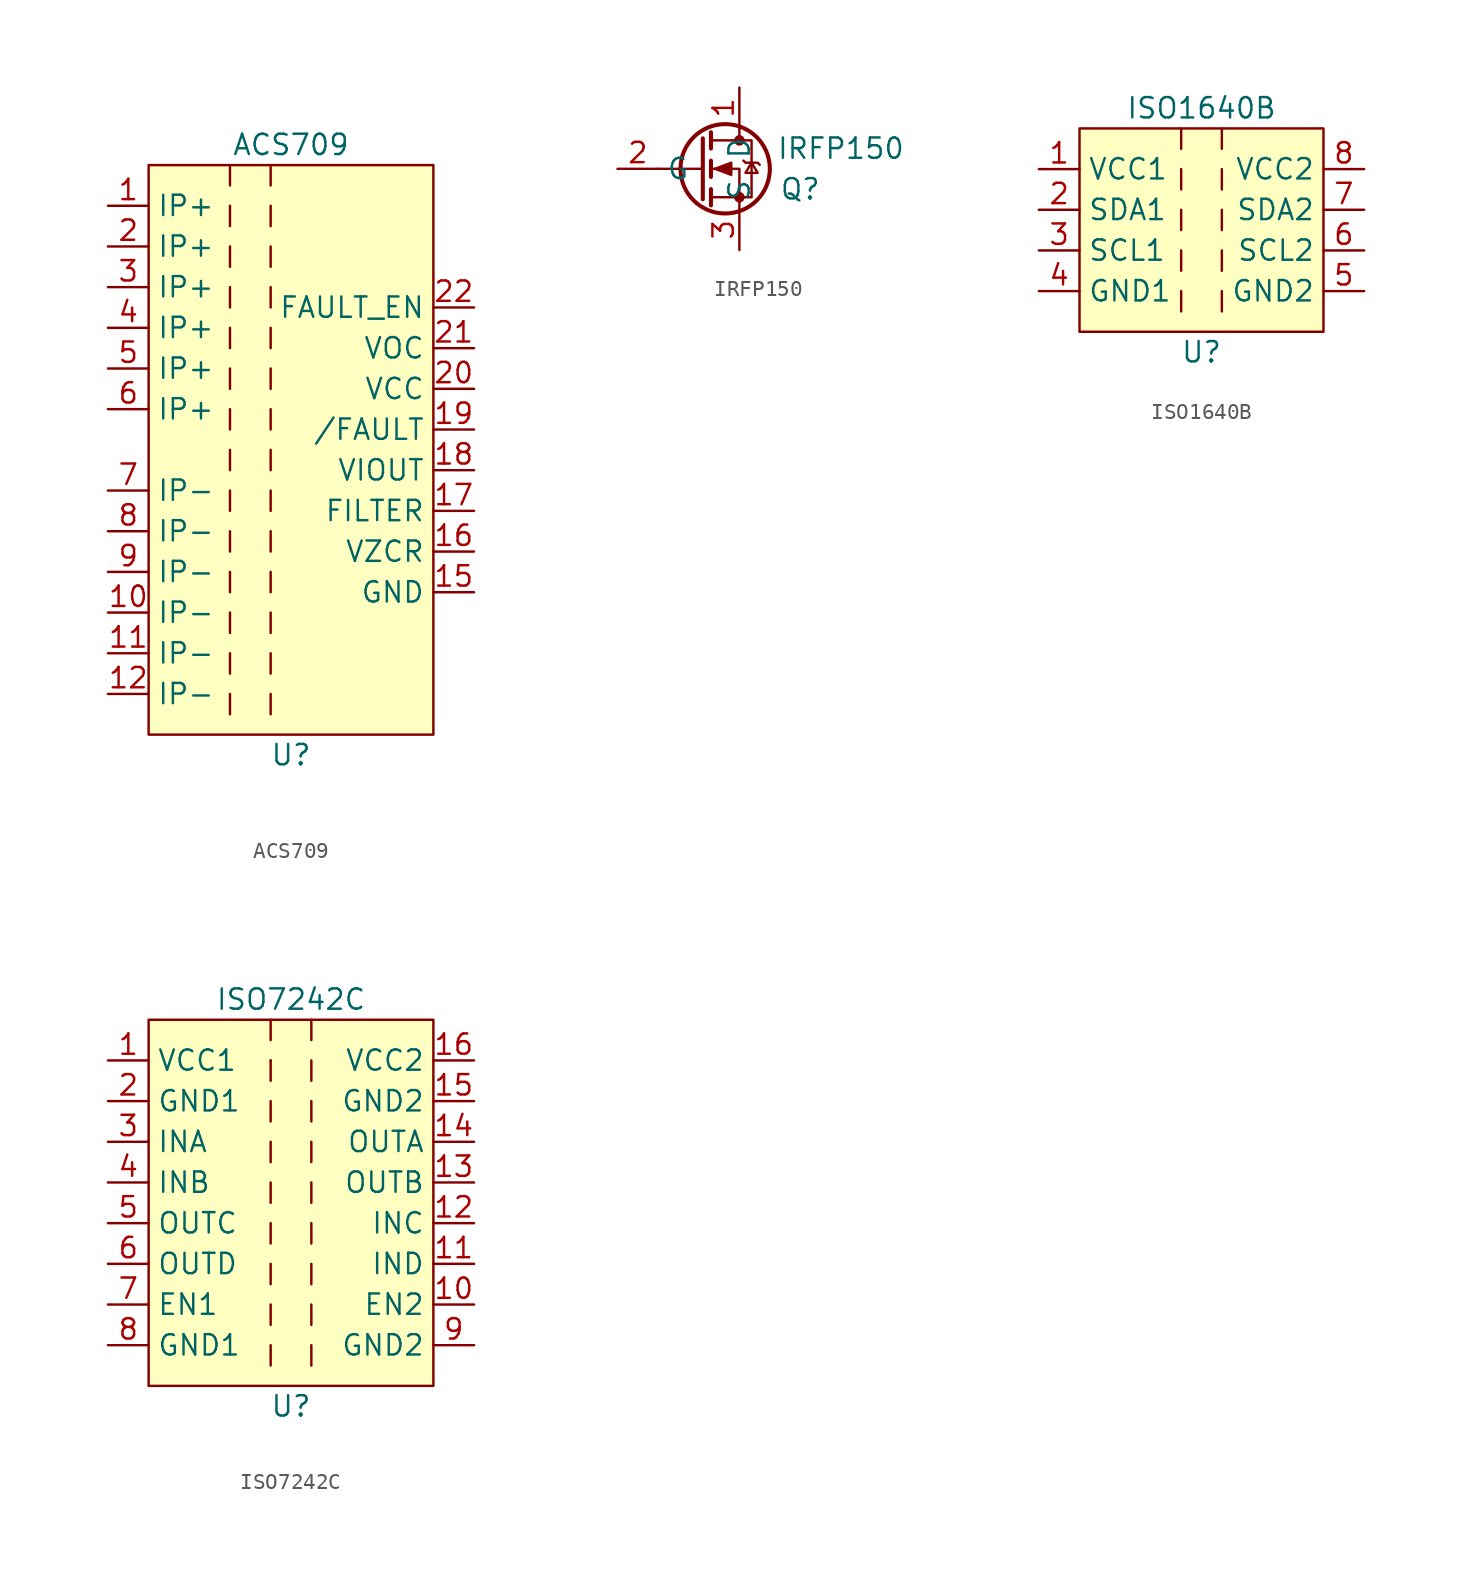
<source format=kicad_sym>
(kicad_symbol_lib
  (version 20211014)
  (generator kicad_symbol_editor)
  (symbol "ACS709"
    (property "Reference" "U"
      (at 0 -19.05 0)
      (effects (font (size 1.27 1.27))))
    (property "Value" "ACS709"
      (at 0 19.05 0)
      (effects (font (size 1.27 1.27))))
    (symbol "ACS709_0_1"
      (rectangle (start -8.89 17.78) (end 8.89 -17.78) (stroke (width 0) (type default) (color 0 0 0 0)) (fill (type background)))
      (polyline (pts (xy -3.81 -15.24) (xy -3.81 -16.51)) (stroke (width 0) (type default) (color 0 0 0 0)) (fill (type none)))
      (polyline (pts (xy -3.81 -12.7) (xy -3.81 -13.97)) (stroke (width 0) (type default) (color 0 0 0 0)) (fill (type none)))
      (polyline (pts (xy -3.81 -10.16) (xy -3.81 -11.43)) (stroke (width 0) (type default) (color 0 0 0 0)) (fill (type none)))
      (polyline (pts (xy -3.81 -7.62) (xy -3.81 -8.89)) (stroke (width 0) (type default) (color 0 0 0 0)) (fill (type none)))
      (polyline (pts (xy -3.81 -5.08) (xy -3.81 -6.35)) (stroke (width 0) (type default) (color 0 0 0 0)) (fill (type none)))
      (polyline (pts (xy -3.81 -2.54) (xy -3.81 -3.81)) (stroke (width 0) (type default) (color 0 0 0 0)) (fill (type none)))
      (polyline (pts (xy -3.81 0) (xy -3.81 -1.27)) (stroke (width 0) (type default) (color 0 0 0 0)) (fill (type none)))
      (polyline (pts (xy -3.81 2.54) (xy -3.81 1.27)) (stroke (width 0) (type default) (color 0 0 0 0)) (fill (type none)))
      (polyline (pts (xy -3.81 5.08) (xy -3.81 3.81)) (stroke (width 0) (type default) (color 0 0 0 0)) (fill (type none)))
      (polyline (pts (xy -3.81 7.62) (xy -3.81 6.35)) (stroke (width 0) (type default) (color 0 0 0 0)) (fill (type none)))
      (polyline (pts (xy -3.81 10.16) (xy -3.81 8.89)) (stroke (width 0) (type default) (color 0 0 0 0)) (fill (type none)))
      (polyline (pts (xy -3.81 12.7) (xy -3.81 11.43)) (stroke (width 0) (type default) (color 0 0 0 0)) (fill (type none)))
      (polyline (pts (xy -3.81 13.97) (xy -3.81 15.24)) (stroke (width 0) (type default) (color 0 0 0 0)) (fill (type none)))
      (polyline (pts (xy -3.81 17.78) (xy -3.81 16.51)) (stroke (width 0) (type default) (color 0 0 0 0)) (fill (type none)))
      (polyline (pts (xy -1.27 -15.24) (xy -1.27 -16.51)) (stroke (width 0) (type default) (color 0 0 0 0)) (fill (type none)))
      (polyline (pts (xy -1.27 -12.7) (xy -1.27 -13.97)) (stroke (width 0) (type default) (color 0 0 0 0)) (fill (type none)))
      (polyline (pts (xy -1.27 -11.43) (xy -1.27 -10.16)) (stroke (width 0) (type default) (color 0 0 0 0)) (fill (type none)))
      (polyline (pts (xy -1.27 -7.62) (xy -1.27 -8.89)) (stroke (width 0) (type default) (color 0 0 0 0)) (fill (type none)))
      (polyline (pts (xy -1.27 -5.08) (xy -1.27 -6.35)) (stroke (width 0) (type default) (color 0 0 0 0)) (fill (type none)))
      (polyline (pts (xy -1.27 -2.54) (xy -1.27 -3.81)) (stroke (width 0) (type default) (color 0 0 0 0)) (fill (type none)))
      (polyline (pts (xy -1.27 0) (xy -1.27 -1.27)) (stroke (width 0) (type default) (color 0 0 0 0)) (fill (type none)))
      (polyline (pts (xy -1.27 2.54) (xy -1.27 1.27)) (stroke (width 0) (type default) (color 0 0 0 0)) (fill (type none)))
      (polyline (pts (xy -1.27 5.08) (xy -1.27 3.81)) (stroke (width 0) (type default) (color 0 0 0 0)) (fill (type none)))
      (polyline (pts (xy -1.27 6.35) (xy -1.27 7.62)) (stroke (width 0) (type default) (color 0 0 0 0)) (fill (type none)))
      (polyline (pts (xy -1.27 10.16) (xy -1.27 8.89)) (stroke (width 0) (type default) (color 0 0 0 0)) (fill (type none)))
      (polyline (pts (xy -1.27 12.7) (xy -1.27 11.43)) (stroke (width 0) (type default) (color 0 0 0 0)) (fill (type none)))
      (polyline (pts (xy -1.27 15.24) (xy -1.27 13.97)) (stroke (width 0) (type default) (color 0 0 0 0)) (fill (type none)))
      (polyline (pts (xy -1.27 17.78) (xy -1.27 16.51)) (stroke (width 0) (type default) (color 0 0 0 0)) (fill (type none))))
    (symbol "ACS709_1_1"
      (pin input line (at -11.43 15.24 0) (length 2.54) (name "IP+" (effects (font (size 1.27 1.27)))) (number "1" (effects (font (size 1.27 1.27)))))
      (pin input line (at -11.43 -10.16 0) (length 2.54) (name "IP-" (effects (font (size 1.27 1.27)))) (number "10" (effects (font (size 1.27 1.27)))))
      (pin input line (at -11.43 -12.7 0) (length 2.54) (name "IP-" (effects (font (size 1.27 1.27)))) (number "11" (effects (font (size 1.27 1.27)))))
      (pin input line (at -11.43 -15.24 0) (length 2.54) (name "IP-" (effects (font (size 1.27 1.27)))) (number "12" (effects (font (size 1.27 1.27)))))
      (pin passive line (at 11.43 -8.89 180) (length 2.54) (name "GND" (effects (font (size 1.27 1.27)))) (number "15" (effects (font (size 1.27 1.27)))))
      (pin output line (at 11.43 -6.35 180) (length 2.54) (name "VZCR" (effects (font (size 1.27 1.27)))) (number "16" (effects (font (size 1.27 1.27)))))
      (pin passive line (at 11.43 -3.81 180) (length 2.54) (name "FILTER" (effects (font (size 1.27 1.27)))) (number "17" (effects (font (size 1.27 1.27)))))
      (pin output line (at 11.43 -1.27 180) (length 2.54) (name "VIOUT" (effects (font (size 1.27 1.27)))) (number "18" (effects (font (size 1.27 1.27)))))
      (pin output line (at 11.43 1.27 180) (length 2.54) (name "/FAULT" (effects (font (size 1.27 1.27)))) (number "19" (effects (font (size 1.27 1.27)))))
      (pin input line (at -11.43 12.7 0) (length 2.54) (name "IP+" (effects (font (size 1.27 1.27)))) (number "2" (effects (font (size 1.27 1.27)))))
      (pin power_in line (at 11.43 3.81 180) (length 2.54) (name "VCC" (effects (font (size 1.27 1.27)))) (number "20" (effects (font (size 1.27 1.27)))))
      (pin input line (at 11.43 6.35 180) (length 2.54) (name "VOC" (effects (font (size 1.27 1.27)))) (number "21" (effects (font (size 1.27 1.27)))))
      (pin input line (at 11.43 8.89 180) (length 2.54) (name "FAULT_EN" (effects (font (size 1.27 1.27)))) (number "22" (effects (font (size 1.27 1.27)))))
      (pin input line (at -11.43 10.16 0) (length 2.54) (name "IP+" (effects (font (size 1.27 1.27)))) (number "3" (effects (font (size 1.27 1.27)))))
      (pin input line (at -11.43 7.62 0) (length 2.54) (name "IP+" (effects (font (size 1.27 1.27)))) (number "4" (effects (font (size 1.27 1.27)))))
      (pin input line (at -11.43 5.08 0) (length 2.54) (name "IP+" (effects (font (size 1.27 1.27)))) (number "5" (effects (font (size 1.27 1.27)))))
      (pin input line (at -11.43 2.54 0) (length 2.54) (name "IP+" (effects (font (size 1.27 1.27)))) (number "6" (effects (font (size 1.27 1.27)))))
      (pin input line (at -11.43 -2.54 0) (length 2.54) (name "IP-" (effects (font (size 1.27 1.27)))) (number "7" (effects (font (size 1.27 1.27)))))
      (pin input line (at -11.43 -5.08 0) (length 2.54) (name "IP-" (effects (font (size 1.27 1.27)))) (number "8" (effects (font (size 1.27 1.27)))))
      (pin input line (at -11.43 -7.62 0) (length 2.54) (name "IP-" (effects (font (size 1.27 1.27)))) (number "9" (effects (font (size 1.27 1.27)))))))
  (symbol "IRFP150"
    (property "Reference" "Q"
      (at 3.81 -2.54 0)
      (effects (font (size 1.27 1.27))))
    (property "Value" "IRFP150"
      (at 6.35 0 0)
      (effects (font (size 1.27 1.27))))
    (symbol "IRFP150_0_1"
      (circle (center -0.889 -1.27) (radius 2.794) (stroke (width 0.254) (type default) (color 0 0 0 0)) (fill (type none)))
      (circle (center 0 -3.048) (radius 0.254) (stroke (width 0) (type default) (color 0 0 0 0)) (fill (type outline)))
      (polyline (pts (xy -2.286 -1.27) (xy -5.08 -1.27)) (stroke (width 0) (type default) (color 0 0 0 0)) (fill (type none)))
      (polyline (pts (xy -2.286 0.635) (xy -2.286 -3.175)) (stroke (width 0.254) (type default) (color 0 0 0 0)) (fill (type none)))
      (polyline (pts (xy -1.778 -2.54) (xy -1.778 -3.556)) (stroke (width 0.254) (type default) (color 0 0 0 0)) (fill (type none)))
      (polyline (pts (xy -1.778 -0.762) (xy -1.778 -1.778)) (stroke (width 0.254) (type default) (color 0 0 0 0)) (fill (type none)))
      (polyline (pts (xy -1.778 1.016) (xy -1.778 0)) (stroke (width 0.254) (type default) (color 0 0 0 0)) (fill (type none)))
      (polyline (pts (xy 0 1.27) (xy 0 0.508)) (stroke (width 0) (type default) (color 0 0 0 0)) (fill (type none)))
      (polyline (pts (xy 0 -3.81) (xy 0 -1.27) (xy -1.778 -1.27)) (stroke (width 0) (type default) (color 0 0 0 0)) (fill (type none)))
      (polyline (pts (xy -1.778 -3.048) (xy 0.762 -3.048) (xy 0.762 0.508) (xy -1.778 0.508)) (stroke (width 0) (type default) (color 0 0 0 0)) (fill (type none)))
      (polyline (pts (xy -1.524 -1.27) (xy -0.508 -0.889) (xy -0.508 -1.651) (xy -1.524 -1.27)) (stroke (width 0) (type default) (color 0 0 0 0)) (fill (type outline)))
      (polyline (pts (xy 0.254 -0.762) (xy 0.381 -0.889) (xy 1.143 -0.889) (xy 1.27 -1.016)) (stroke (width 0) (type default) (color 0 0 0 0)) (fill (type none)))
      (polyline (pts (xy 0.762 -0.889) (xy 0.381 -1.524) (xy 1.143 -1.524) (xy 0.762 -0.889)) (stroke (width 0) (type default) (color 0 0 0 0)) (fill (type none)))
      (circle (center 0 0.508) (radius 0.254) (stroke (width 0) (type default) (color 0 0 0 0)) (fill (type outline))))
    (symbol "IRFP150_1_1"
      (pin passive line (at 0 3.81 270) (length 2.54) (name "D" (effects (font (size 1.27 1.27)))) (number "1" (effects (font (size 1.27 1.27)))))
      (pin input line (at -7.62 -1.27 0) (length 2.54) (name "G" (effects (font (size 1.27 1.27)))) (number "2" (effects (font (size 1.27 1.27)))))
      (pin passive line (at 0 -6.35 90) (length 2.54) (name "S" (effects (font (size 1.27 1.27)))) (number "3" (effects (font (size 1.27 1.27)))))))
  (symbol "ISO1640B"
    (property "Reference" "U"
      (at 0 -7.62 0)
      (effects (font (size 1.27 1.27))))
    (property "Value" "ISO1640B"
      (at 0 7.62 0)
      (effects (font (size 1.27 1.27))))
    (symbol "ISO1640B_0_1"
      (rectangle (start -7.62 6.35) (end 7.62 -6.35) (stroke (width 0) (type default) (color 0 0 0 0)) (fill (type background)))
      (polyline (pts (xy -1.27 -3.81) (xy -1.27 -5.08)) (stroke (width 0) (type default) (color 0 0 0 0)) (fill (type none)))
      (polyline (pts (xy -1.27 -1.27) (xy -1.27 -2.54)) (stroke (width 0) (type default) (color 0 0 0 0)) (fill (type none)))
      (polyline (pts (xy -1.27 1.27) (xy -1.27 0)) (stroke (width 0) (type default) (color 0 0 0 0)) (fill (type none)))
      (polyline (pts (xy -1.27 3.81) (xy -1.27 2.54)) (stroke (width 0) (type default) (color 0 0 0 0)) (fill (type none)))
      (polyline (pts (xy -1.27 6.35) (xy -1.27 5.08)) (stroke (width 0) (type default) (color 0 0 0 0)) (fill (type none)))
      (polyline (pts (xy 1.27 -5.08) (xy 1.27 -3.81)) (stroke (width 0) (type default) (color 0 0 0 0)) (fill (type none)))
      (polyline (pts (xy 1.27 -2.54) (xy 1.27 -1.27)) (stroke (width 0) (type default) (color 0 0 0 0)) (fill (type none)))
      (polyline (pts (xy 1.27 0) (xy 1.27 1.27)) (stroke (width 0) (type default) (color 0 0 0 0)) (fill (type none)))
      (polyline (pts (xy 1.27 2.54) (xy 1.27 3.81)) (stroke (width 0) (type default) (color 0 0 0 0)) (fill (type none)))
      (polyline (pts (xy 1.27 5.08) (xy 1.27 6.35)) (stroke (width 0) (type default) (color 0 0 0 0)) (fill (type none))))
    (symbol "ISO1640B_1_1"
      (pin power_in line (at -10.16 3.81 0) (length 2.54) (name "VCC1" (effects (font (size 1.27 1.27)))) (number "1" (effects (font (size 1.27 1.27)))))
      (pin bidirectional line (at -10.16 1.27 0) (length 2.54) (name "SDA1" (effects (font (size 1.27 1.27)))) (number "2" (effects (font (size 1.27 1.27)))))
      (pin bidirectional line (at -10.16 -1.27 0) (length 2.54) (name "SCL1" (effects (font (size 1.27 1.27)))) (number "3" (effects (font (size 1.27 1.27)))))
      (pin passive line (at -10.16 -3.81 0) (length 2.54) (name "GND1" (effects (font (size 1.27 1.27)))) (number "4" (effects (font (size 1.27 1.27)))))
      (pin passive line (at 10.16 -3.81 180) (length 2.54) (name "GND2" (effects (font (size 1.27 1.27)))) (number "5" (effects (font (size 1.27 1.27)))))
      (pin bidirectional line (at 10.16 -1.27 180) (length 2.54) (name "SCL2" (effects (font (size 1.27 1.27)))) (number "6" (effects (font (size 1.27 1.27)))))
      (pin bidirectional line (at 10.16 1.27 180) (length 2.54) (name "SDA2" (effects (font (size 1.27 1.27)))) (number "7" (effects (font (size 1.27 1.27)))))
      (pin power_in line (at 10.16 3.81 180) (length 2.54) (name "VCC2" (effects (font (size 1.27 1.27)))) (number "8" (effects (font (size 1.27 1.27)))))))
  (symbol "ISO7242C"
    (property "Reference" "U"
      (at 0 -12.7 0)
      (effects (font (size 1.27 1.27))))
    (property "Value" "ISO7242C"
      (at 0 12.7 0)
      (effects (font (size 1.27 1.27))))
    (symbol "ISO7242C_0_1"
      (rectangle (start -8.89 11.43) (end 8.89 -11.43) (stroke (width 0) (type default) (color 0 0 0 0)) (fill (type background)))
      (polyline (pts (xy -1.27 -8.89) (xy -1.27 -10.16)) (stroke (width 0) (type default) (color 0 0 0 0)) (fill (type none)))
      (polyline (pts (xy -1.27 -6.35) (xy -1.27 -7.62)) (stroke (width 0) (type default) (color 0 0 0 0)) (fill (type none)))
      (polyline (pts (xy -1.27 -3.81) (xy -1.27 -5.08)) (stroke (width 0) (type default) (color 0 0 0 0)) (fill (type none)))
      (polyline (pts (xy -1.27 -1.27) (xy -1.27 -2.54)) (stroke (width 0) (type default) (color 0 0 0 0)) (fill (type none)))
      (polyline (pts (xy -1.27 1.27) (xy -1.27 0)) (stroke (width 0) (type default) (color 0 0 0 0)) (fill (type none)))
      (polyline (pts (xy -1.27 3.81) (xy -1.27 2.54)) (stroke (width 0) (type default) (color 0 0 0 0)) (fill (type none)))
      (polyline (pts (xy -1.27 6.35) (xy -1.27 5.08)) (stroke (width 0) (type default) (color 0 0 0 0)) (fill (type none)))
      (polyline (pts (xy -1.27 7.62) (xy -1.27 8.89)) (stroke (width 0) (type default) (color 0 0 0 0)) (fill (type none)))
      (polyline (pts (xy -1.27 8.89) (xy -1.27 8.89)) (stroke (width 0) (type default) (color 0 0 0 0)) (fill (type none)))
      (polyline (pts (xy -1.27 11.43) (xy -1.27 10.16)) (stroke (width 0) (type default) (color 0 0 0 0)) (fill (type none)))
      (polyline (pts (xy 1.27 -10.16) (xy 1.27 -8.89)) (stroke (width 0) (type default) (color 0 0 0 0)) (fill (type none)))
      (polyline (pts (xy 1.27 -7.62) (xy 1.27 -6.35)) (stroke (width 0) (type default) (color 0 0 0 0)) (fill (type none)))
      (polyline (pts (xy 1.27 -5.08) (xy 1.27 -3.81)) (stroke (width 0) (type default) (color 0 0 0 0)) (fill (type none)))
      (polyline (pts (xy 1.27 -2.54) (xy 1.27 -1.27)) (stroke (width 0) (type default) (color 0 0 0 0)) (fill (type none)))
      (polyline (pts (xy 1.27 0) (xy 1.27 1.27)) (stroke (width 0) (type default) (color 0 0 0 0)) (fill (type none)))
      (polyline (pts (xy 1.27 2.54) (xy 1.27 3.81)) (stroke (width 0) (type default) (color 0 0 0 0)) (fill (type none)))
      (polyline (pts (xy 1.27 5.08) (xy 1.27 6.35)) (stroke (width 0) (type default) (color 0 0 0 0)) (fill (type none)))
      (polyline (pts (xy 1.27 7.62) (xy 1.27 8.89)) (stroke (width 0) (type default) (color 0 0 0 0)) (fill (type none)))
      (polyline (pts (xy 1.27 10.16) (xy 1.27 11.43)) (stroke (width 0) (type default) (color 0 0 0 0)) (fill (type none))))
    (symbol "ISO7242C_1_1"
      (pin power_in line (at -11.43 8.89 0) (length 2.54) (name "VCC1" (effects (font (size 1.27 1.27)))) (number "1" (effects (font (size 1.27 1.27)))))
      (pin input line (at 11.43 -6.35 180) (length 2.54) (name "EN2" (effects (font (size 1.27 1.27)))) (number "10" (effects (font (size 1.27 1.27)))))
      (pin input line (at 11.43 -3.81 180) (length 2.54) (name "IND" (effects (font (size 1.27 1.27)))) (number "11" (effects (font (size 1.27 1.27)))))
      (pin input line (at 11.43 -1.27 180) (length 2.54) (name "INC" (effects (font (size 1.27 1.27)))) (number "12" (effects (font (size 1.27 1.27)))))
      (pin output line (at 11.43 1.27 180) (length 2.54) (name "OUTB" (effects (font (size 1.27 1.27)))) (number "13" (effects (font (size 1.27 1.27)))))
      (pin output line (at 11.43 3.81 180) (length 2.54) (name "OUTA" (effects (font (size 1.27 1.27)))) (number "14" (effects (font (size 1.27 1.27)))))
      (pin passive line (at 11.43 6.35 180) (length 2.54) (name "GND2" (effects (font (size 1.27 1.27)))) (number "15" (effects (font (size 1.27 1.27)))))
      (pin power_in line (at 11.43 8.89 180) (length 2.54) (name "VCC2" (effects (font (size 1.27 1.27)))) (number "16" (effects (font (size 1.27 1.27)))))
      (pin passive line (at -11.43 6.35 0) (length 2.54) (name "GND1" (effects (font (size 1.27 1.27)))) (number "2" (effects (font (size 1.27 1.27)))))
      (pin input line (at -11.43 3.81 0) (length 2.54) (name "INA" (effects (font (size 1.27 1.27)))) (number "3" (effects (font (size 1.27 1.27)))))
      (pin input line (at -11.43 1.27 0) (length 2.54) (name "INB" (effects (font (size 1.27 1.27)))) (number "4" (effects (font (size 1.27 1.27)))))
      (pin output line (at -11.43 -1.27 0) (length 2.54) (name "OUTC" (effects (font (size 1.27 1.27)))) (number "5" (effects (font (size 1.27 1.27)))))
      (pin output line (at -11.43 -3.81 0) (length 2.54) (name "OUTD" (effects (font (size 1.27 1.27)))) (number "6" (effects (font (size 1.27 1.27)))))
      (pin input line (at -11.43 -6.35 0) (length 2.54) (name "EN1" (effects (font (size 1.27 1.27)))) (number "7" (effects (font (size 1.27 1.27)))))
      (pin passive line (at -11.43 -8.89 0) (length 2.54) (name "GND1" (effects (font (size 1.27 1.27)))) (number "8" (effects (font (size 1.27 1.27)))))
      (pin passive line (at 11.43 -8.89 180) (length 2.54) (name "GND2" (effects (font (size 1.27 1.27)))) (number "9" (effects (font (size 1.27 1.27))))))))
</source>
